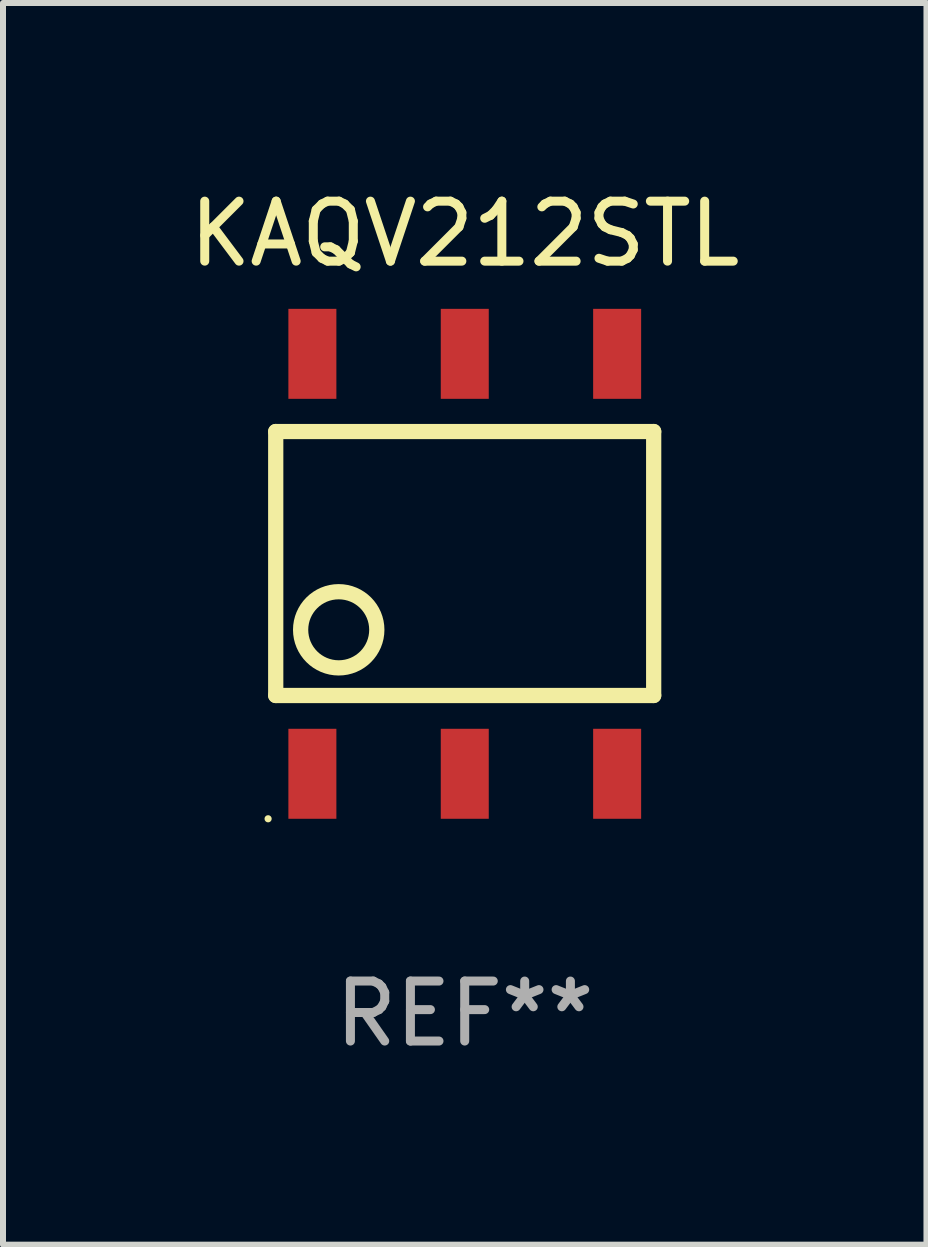
<source format=kicad_pcb>
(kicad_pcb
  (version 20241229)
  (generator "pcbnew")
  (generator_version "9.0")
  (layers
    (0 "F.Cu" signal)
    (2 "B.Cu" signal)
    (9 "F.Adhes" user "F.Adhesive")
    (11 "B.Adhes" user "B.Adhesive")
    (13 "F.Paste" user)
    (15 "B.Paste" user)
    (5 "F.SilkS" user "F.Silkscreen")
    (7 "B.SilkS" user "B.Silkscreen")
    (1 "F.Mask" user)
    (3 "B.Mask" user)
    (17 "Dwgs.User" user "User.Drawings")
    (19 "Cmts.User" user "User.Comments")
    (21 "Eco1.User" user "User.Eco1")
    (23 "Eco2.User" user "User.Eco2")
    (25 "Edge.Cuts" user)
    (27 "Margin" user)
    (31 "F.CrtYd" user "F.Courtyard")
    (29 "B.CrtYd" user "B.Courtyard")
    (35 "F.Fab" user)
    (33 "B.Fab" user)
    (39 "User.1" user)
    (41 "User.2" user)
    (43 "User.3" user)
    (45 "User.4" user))
  (footprint "KAQV212STL"
    (layer "F.Cu")
    (at 4.696 6.348)
    (property "Reference" "KAQV212STL" (at 0 -5.5 0) (layer "F.SilkS") (effects (font (size 1 1) (thickness 0.15))))
    (attr through_hole)
    (fp_line (start -3.15 2.195) (end -3.15 -2.205) (stroke (width 0.254) (type solid)) (layer "F.SilkS"))
    (fp_line (start -3.15 2.195) (end 3.15 2.195) (stroke (width 0.254) (type solid)) (layer "F.SilkS"))
    (fp_line (start 3.15 -2.205) (end -3.15 -2.205) (stroke (width 0.254) (type solid)) (layer "F.SilkS"))
    (fp_line (start 3.15 -2.205) (end 3.15 2.195) (stroke (width 0.254) (type solid)) (layer "F.SilkS"))
    (fp_circle (center -3.277 4.25) (end -3.247 4.25) (stroke (width 0.06) (type solid)) (fill no) (layer "F.SilkS"))
    (fp_circle (center -2.1 1.1) (end -1.465 1.1) (stroke (width 0.254) (type solid)) (fill no) (layer "F.SilkS"))
    (fp_text user "REF**" (at 0 7.5 0) (layer "F.Fab") (effects (font (size 1 1) (thickness 0.15))))
    (pad "1" smd rect (at -2.539 3.5) (size 0.8 1.5) (layers "F.Cu" "F.Mask" "F.Paste"))
    (pad "2" smd rect (at 0.001 3.5) (size 0.8 1.5) (layers "F.Cu" "F.Mask" "F.Paste"))
    (pad "3" smd rect (at 2.541 3.5) (size 0.8 1.5) (layers "F.Cu" "F.Mask" "F.Paste"))
    (pad "4" smd rect (at 2.541 -3.5) (size 0.8 1.5) (layers "F.Cu" "F.Mask" "F.Paste"))
    (pad "5" smd rect (at 0.001 -3.5) (size 0.8 1.5) (layers "F.Cu" "F.Mask" "F.Paste"))
    (pad "6" smd rect (at -2.539 -3.5) (size 0.8 1.5) (layers "F.Cu" "F.Mask" "F.Paste")))
  (gr_rect
    (start -3 -3)
    (end 12.393 17.697)
    (stroke (width 0.1) (type default))
    (fill no)
    (layer "Edge.Cuts")))
</source>
